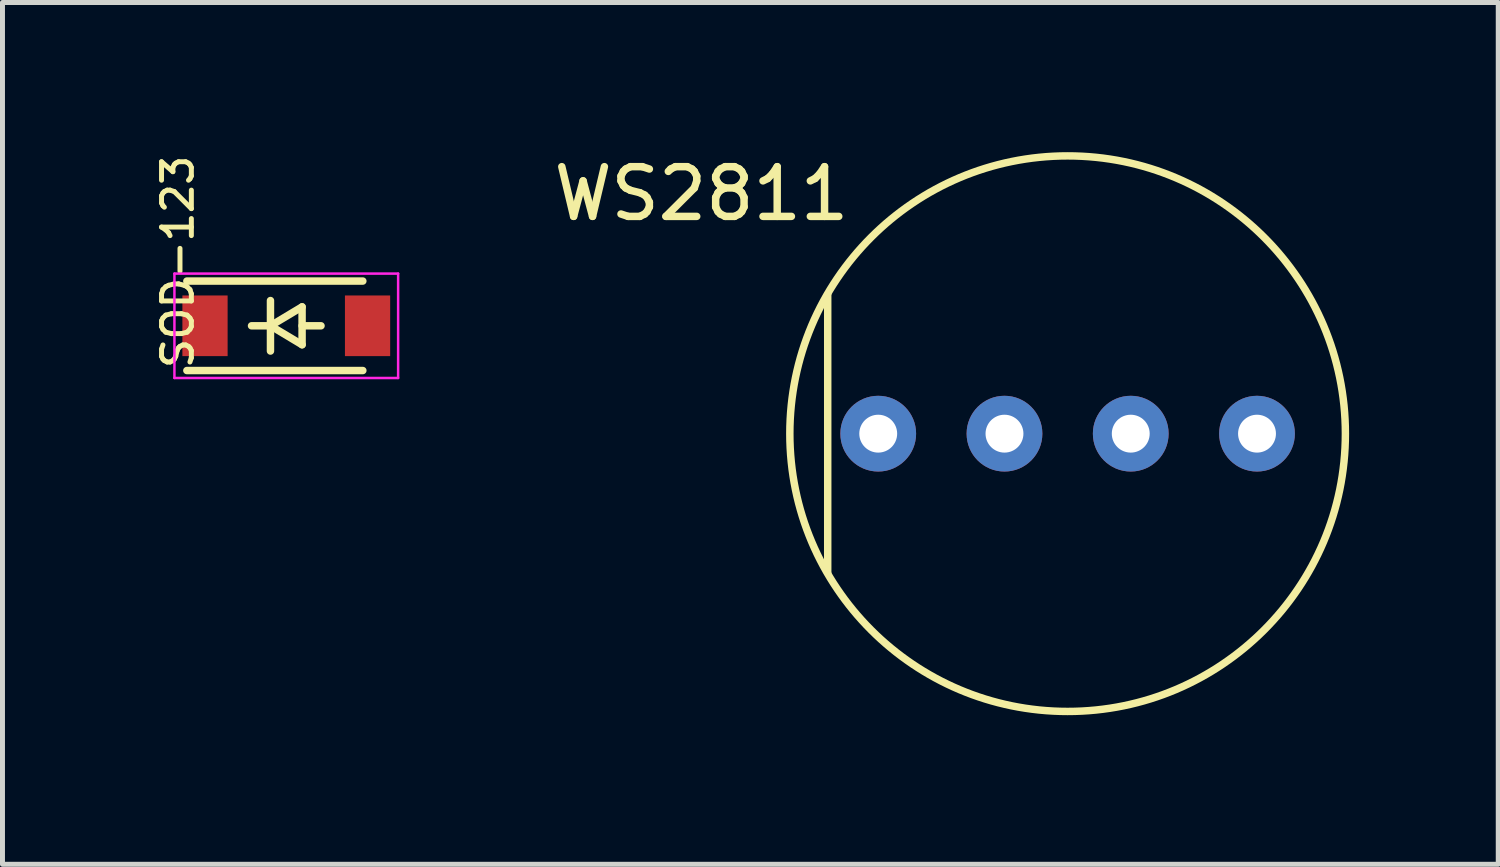
<source format=kicad_pcb>
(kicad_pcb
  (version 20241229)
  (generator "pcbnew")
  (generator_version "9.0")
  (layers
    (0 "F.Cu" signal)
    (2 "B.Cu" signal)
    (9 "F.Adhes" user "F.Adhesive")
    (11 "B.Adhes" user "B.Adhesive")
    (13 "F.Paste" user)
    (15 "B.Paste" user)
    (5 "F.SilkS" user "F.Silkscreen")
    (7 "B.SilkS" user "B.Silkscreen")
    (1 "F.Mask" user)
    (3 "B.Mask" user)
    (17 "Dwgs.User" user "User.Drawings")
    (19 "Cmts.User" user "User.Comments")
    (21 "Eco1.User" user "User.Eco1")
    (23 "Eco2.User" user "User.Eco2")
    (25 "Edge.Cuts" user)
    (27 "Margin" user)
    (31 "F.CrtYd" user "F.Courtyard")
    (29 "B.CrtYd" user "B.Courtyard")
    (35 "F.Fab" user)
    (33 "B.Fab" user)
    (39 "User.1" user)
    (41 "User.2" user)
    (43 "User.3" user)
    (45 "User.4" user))
  (footprint "SOD-123"
    (layer "F.Cu")
    (at 2.709 3.504)
    (property "Reference" "SOD-123" (at -2.182 -1.286 90) (layer "F.SilkS") (effects (font (size 0.6 0.6) (thickness 0.1))))
    (attr smd)
    (fp_line (start -2 -0.9) (end 1.54 -0.9) (stroke (width 0.15) (type solid)) (layer "F.SilkS"))
    (fp_line (start -2 0.9) (end 1.54 0.9) (stroke (width 0.15) (type solid)) (layer "F.SilkS"))
    (fp_line (start -0.699 0) (end -0.318 0) (stroke (width 0.15) (type solid)) (layer "F.SilkS"))
    (fp_line (start -0.318 -0.508) (end -0.318 0.508) (stroke (width 0.15) (type solid)) (layer "F.SilkS"))
    (fp_line (start -0.318 0) (end 0.318 -0.381) (stroke (width 0.15) (type solid)) (layer "F.SilkS"))
    (fp_line (start 0.318 -0.381) (end 0.318 0.381) (stroke (width 0.15) (type solid)) (layer "F.SilkS"))
    (fp_line (start 0.318 0) (end 0.699 0) (stroke (width 0.15) (type solid)) (layer "F.SilkS"))
    (fp_line (start 0.318 0.381) (end -0.318 0) (stroke (width 0.15) (type solid)) (layer "F.SilkS"))
    (fp_line (start -2.25 -1.05) (end -2.25 1.05) (stroke (width 0.05) (type solid)) (layer "F.CrtYd"))
    (fp_line (start -2.25 -1.05) (end 2.25 -1.05) (stroke (width 0.05) (type solid)) (layer "F.CrtYd"))
    (fp_line (start 2.25 -1.05) (end 2.25 1.05) (stroke (width 0.05) (type solid)) (layer "F.CrtYd"))
    (fp_line (start 2.25 1.05) (end -2.25 1.05) (stroke (width 0.05) (type solid)) (layer "F.CrtYd"))
    (pad "1" smd rect (at -1.635 0) (size 0.91 1.22) (layers "F.Cu" "F.Mask" "F.Paste"))
    (pad "2" smd rect (at 1.635 0) (size 0.91 1.22) (layers "F.Cu" "F.Mask" "F.Paste")))
  (footprint "WS2811"
    (layer "F.Cu")
    (at 14.617 5.674)
    (property "Reference" "WS2811" (at -3.556 -4.826 0) (layer "F.SilkS") (effects (font (size 1 1) (thickness 0.15))))
    (attr through_hole)
    (fp_line (start -1.016 -2.794) (end -1.016 2.794) (stroke (width 0.15) (type solid)) (layer "F.SilkS"))
    (fp_circle (center 3.81 0) (end 9.398 0) (stroke (width 0.15) (type solid)) (fill no) (layer "F.SilkS"))
    (pad "1" thru_hole circle (at 0 0) (size 1.524 1.524) (drill 0.762) (layers "*.Cu" "*.Mask"))
    (pad "2" thru_hole circle (at 2.54 0) (size 1.524 1.524) (drill 0.762) (layers "*.Cu" "*.Mask"))
    (pad "3" thru_hole circle (at 5.08 0) (size 1.524 1.524) (drill 0.762) (layers "*.Cu" "*.Mask"))
    (pad "4" thru_hole circle (at 7.62 0) (size 1.524 1.524) (drill 0.762) (layers "*.Cu" "*.Mask")))
  (gr_rect
    (start -3 -3)
    (end 27.09 14.337)
    (stroke (width 0.1) (type default))
    (fill no)
    (layer "Edge.Cuts")))
</source>
